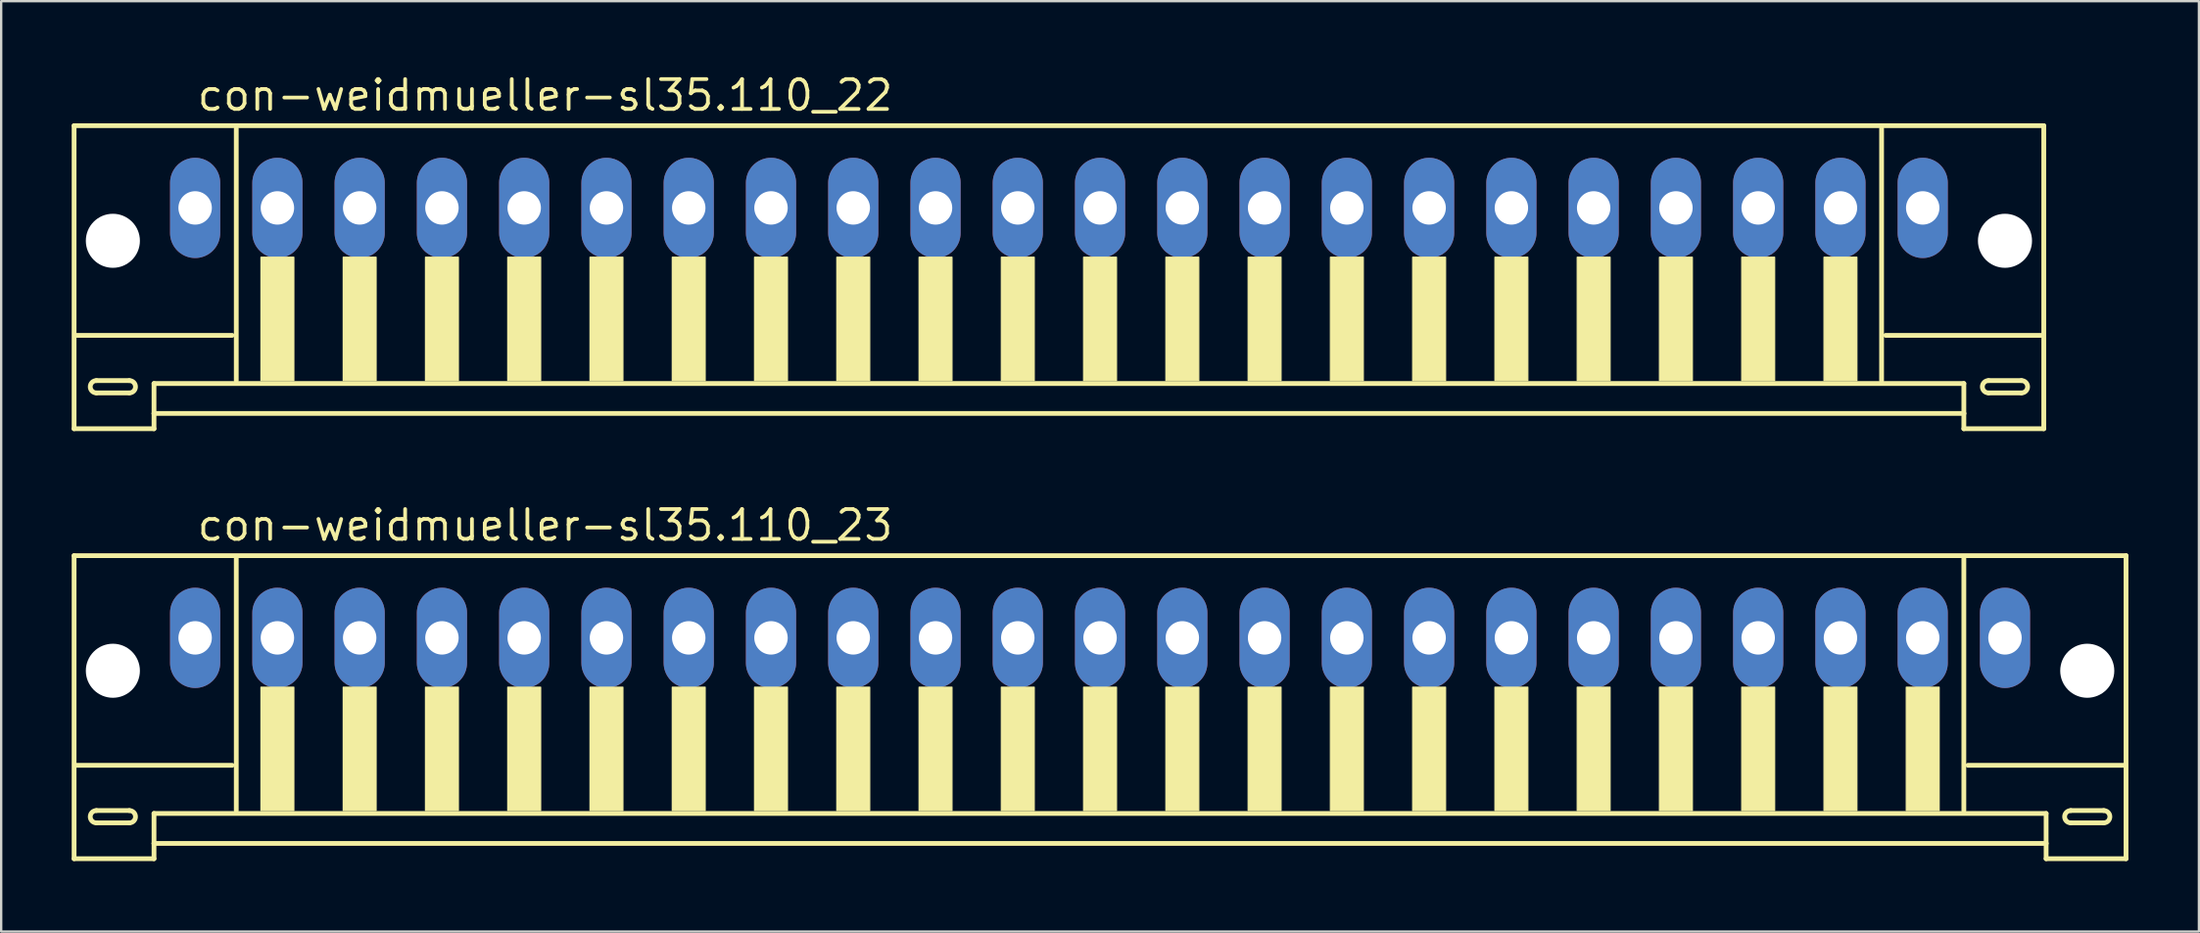
<source format=kicad_pcb>
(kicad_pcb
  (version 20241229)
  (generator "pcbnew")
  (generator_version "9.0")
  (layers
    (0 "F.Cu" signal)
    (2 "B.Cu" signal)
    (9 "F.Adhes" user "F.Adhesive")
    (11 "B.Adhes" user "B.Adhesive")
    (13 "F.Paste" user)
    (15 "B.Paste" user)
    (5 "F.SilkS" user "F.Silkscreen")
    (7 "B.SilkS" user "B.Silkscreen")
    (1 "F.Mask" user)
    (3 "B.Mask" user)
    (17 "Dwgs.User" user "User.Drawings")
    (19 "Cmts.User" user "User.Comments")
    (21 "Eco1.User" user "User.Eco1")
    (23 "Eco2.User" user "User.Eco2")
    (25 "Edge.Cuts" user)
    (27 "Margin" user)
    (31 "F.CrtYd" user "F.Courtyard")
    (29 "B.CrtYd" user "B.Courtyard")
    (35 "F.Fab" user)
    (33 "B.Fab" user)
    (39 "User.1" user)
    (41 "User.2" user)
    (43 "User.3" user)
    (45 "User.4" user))
  (footprint "con-weidmueller-sl35.110_22"
    (layer "F.Cu")
    (at 42.002 7.55)
    (property "Reference" "con-weidmueller-sl35.110_22" (at -36.75 -5.8 0) (layer "F.SilkS") (effects (font (size 1.27 1.27) (thickness 0.16)) (justify left bottom)))
    (attr through_hole)
    (fp_line (start -41.9 -5.25) (end -41.9 7.65) (stroke (width 0.203) (type default)) (layer "F.SilkS"))
    (fp_line (start -41.9 7.65) (end -38.5 7.65) (stroke (width 0.203) (type default)) (layer "F.SilkS"))
    (fp_line (start -40.95 5.6) (end -39.55 5.6) (stroke (width 0.203) (type default)) (layer "F.SilkS"))
    (fp_line (start -39.55 6.125) (end -40.95 6.125) (stroke (width 0.203) (type default)) (layer "F.SilkS"))
    (fp_line (start -38.5 5.725) (end 38.5 5.725) (stroke (width 0.203) (type default)) (layer "F.SilkS"))
    (fp_line (start -38.5 7) (end -38.5 5.725) (stroke (width 0.203) (type default)) (layer "F.SilkS"))
    (fp_line (start -38.5 7) (end 38.5 7) (stroke (width 0.203) (type default)) (layer "F.SilkS"))
    (fp_line (start -38.5 7.65) (end -38.5 7) (stroke (width 0.203) (type default)) (layer "F.SilkS"))
    (fp_line (start -35.175 3.675) (end -41.825 3.675) (stroke (width 0.203) (type default)) (layer "F.SilkS"))
    (fp_line (start -35 -5.125) (end -35 5.6) (stroke (width 0.203) (type default)) (layer "F.SilkS"))
    (fp_line (start 35 5.6) (end 35 -5.125) (stroke (width 0.203) (type default)) (layer "F.SilkS"))
    (fp_line (start 38.5 5.725) (end 38.5 7) (stroke (width 0.203) (type default)) (layer "F.SilkS"))
    (fp_line (start 38.5 7) (end 38.5 7.65) (stroke (width 0.203) (type default)) (layer "F.SilkS"))
    (fp_line (start 38.5 7.65) (end 41.9 7.65) (stroke (width 0.203) (type default)) (layer "F.SilkS"))
    (fp_line (start 39.55 5.6) (end 40.95 5.6) (stroke (width 0.203) (type default)) (layer "F.SilkS"))
    (fp_line (start 40.95 6.125) (end 39.55 6.125) (stroke (width 0.203) (type default)) (layer "F.SilkS"))
    (fp_line (start 41.825 3.675) (end 35.175 3.675) (stroke (width 0.203) (type default)) (layer "F.SilkS"))
    (fp_line (start 41.9 -5.25) (end -41.9 -5.25) (stroke (width 0.203) (type default)) (layer "F.SilkS"))
    (fp_line (start 41.9 7.65) (end 41.9 -5.25) (stroke (width 0.203) (type default)) (layer "F.SilkS"))
    (fp_rect (start -33.95 5.6) (end -32.55 0.35) (stroke (width 0.05) (type default)) (fill yes) (layer "F.SilkS"))
    (fp_rect (start -30.45 5.6) (end -29.05 0.35) (stroke (width 0.05) (type default)) (fill yes) (layer "F.SilkS"))
    (fp_rect (start -26.95 5.6) (end -25.55 0.35) (stroke (width 0.05) (type default)) (fill yes) (layer "F.SilkS"))
    (fp_rect (start -23.45 5.6) (end -22.05 0.35) (stroke (width 0.05) (type default)) (fill yes) (layer "F.SilkS"))
    (fp_rect (start -19.95 5.6) (end -18.55 0.35) (stroke (width 0.05) (type default)) (fill yes) (layer "F.SilkS"))
    (fp_rect (start -16.45 5.6) (end -15.05 0.35) (stroke (width 0.05) (type default)) (fill yes) (layer "F.SilkS"))
    (fp_rect (start -12.95 5.6) (end -11.55 0.35) (stroke (width 0.05) (type default)) (fill yes) (layer "F.SilkS"))
    (fp_rect (start -9.45 5.6) (end -8.05 0.35) (stroke (width 0.05) (type default)) (fill yes) (layer "F.SilkS"))
    (fp_rect (start -5.95 5.6) (end -4.55 0.35) (stroke (width 0.05) (type default)) (fill yes) (layer "F.SilkS"))
    (fp_rect (start -2.45 5.6) (end -1.05 0.35) (stroke (width 0.05) (type default)) (fill yes) (layer "F.SilkS"))
    (fp_rect (start 1.05 5.6) (end 2.45 0.35) (stroke (width 0.05) (type default)) (fill yes) (layer "F.SilkS"))
    (fp_rect (start 4.55 5.6) (end 5.95 0.35) (stroke (width 0.05) (type default)) (fill yes) (layer "F.SilkS"))
    (fp_rect (start 8.05 5.6) (end 9.45 0.35) (stroke (width 0.05) (type default)) (fill yes) (layer "F.SilkS"))
    (fp_rect (start 11.55 5.6) (end 12.95 0.35) (stroke (width 0.05) (type default)) (fill yes) (layer "F.SilkS"))
    (fp_rect (start 15.05 5.6) (end 16.45 0.35) (stroke (width 0.05) (type default)) (fill yes) (layer "F.SilkS"))
    (fp_rect (start 18.55 5.6) (end 19.95 0.35) (stroke (width 0.05) (type default)) (fill yes) (layer "F.SilkS"))
    (fp_rect (start 22.05 5.6) (end 23.45 0.35) (stroke (width 0.05) (type default)) (fill yes) (layer "F.SilkS"))
    (fp_rect (start 25.55 5.6) (end 26.95 0.35) (stroke (width 0.05) (type default)) (fill yes) (layer "F.SilkS"))
    (fp_rect (start 29.05 5.6) (end 30.45 0.35) (stroke (width 0.05) (type default)) (fill yes) (layer "F.SilkS"))
    (fp_rect (start 32.55 5.6) (end 33.95 0.35) (stroke (width 0.05) (type default)) (fill yes) (layer "F.SilkS"))
    (fp_arc (start -40.95 6.125) (mid -41.2125 5.8625) (end -40.95 5.6) (stroke (width 0.2032) (type default)) (layer "F.SilkS"))
    (fp_arc (start -39.55 5.6) (mid -39.2875 5.8625) (end -39.55 6.125) (stroke (width 0.2032) (type default)) (layer "F.SilkS"))
    (fp_arc (start 39.55 6.125) (mid 39.2875 5.8625) (end 39.55 5.6) (stroke (width 0.2032) (type default)) (layer "F.SilkS"))
    (fp_arc (start 40.95 5.6) (mid 41.2125 5.8625) (end 40.95 6.125) (stroke (width 0.2032) (type default)) (layer "F.SilkS"))
    (pad "" np_thru_hole circle (at -40.25 -0.35) (size 2.3 2.3) (drill 2.3) (layers "*.Cu" "*.Mask"))
    (pad "" np_thru_hole circle (at 40.25 -0.35) (size 2.3 2.3) (drill 2.3) (layers "*.Cu" "*.Mask"))
    (pad "1" thru_hole oval (at -36.75 -1.75 90) (size 4.267 2.134) (drill 1.422) (layers "*.Cu" "*.Mask"))
    (pad "2" thru_hole oval (at -33.25 -1.75 90) (size 4.267 2.134) (drill 1.422) (layers "*.Cu" "*.Mask"))
    (pad "3" thru_hole oval (at -29.75 -1.75 90) (size 4.267 2.134) (drill 1.422) (layers "*.Cu" "*.Mask"))
    (pad "4" thru_hole oval (at -26.25 -1.75 90) (size 4.267 2.134) (drill 1.422) (layers "*.Cu" "*.Mask"))
    (pad "5" thru_hole oval (at -22.75 -1.75 90) (size 4.267 2.134) (drill 1.422) (layers "*.Cu" "*.Mask"))
    (pad "6" thru_hole oval (at -19.25 -1.75 90) (size 4.267 2.134) (drill 1.422) (layers "*.Cu" "*.Mask"))
    (pad "7" thru_hole oval (at -15.75 -1.75 90) (size 4.267 2.134) (drill 1.422) (layers "*.Cu" "*.Mask"))
    (pad "8" thru_hole oval (at -12.25 -1.75 90) (size 4.267 2.134) (drill 1.422) (layers "*.Cu" "*.Mask"))
    (pad "9" thru_hole oval (at -8.75 -1.75 90) (size 4.267 2.134) (drill 1.422) (layers "*.Cu" "*.Mask"))
    (pad "10" thru_hole oval (at -5.25 -1.75 90) (size 4.267 2.134) (drill 1.422) (layers "*.Cu" "*.Mask"))
    (pad "11" thru_hole oval (at -1.75 -1.75 90) (size 4.267 2.134) (drill 1.422) (layers "*.Cu" "*.Mask"))
    (pad "12" thru_hole oval (at 1.75 -1.75 90) (size 4.267 2.134) (drill 1.422) (layers "*.Cu" "*.Mask"))
    (pad "13" thru_hole oval (at 5.25 -1.75 90) (size 4.267 2.134) (drill 1.422) (layers "*.Cu" "*.Mask"))
    (pad "14" thru_hole oval (at 8.75 -1.75 90) (size 4.267 2.134) (drill 1.422) (layers "*.Cu" "*.Mask"))
    (pad "15" thru_hole oval (at 12.25 -1.75 90) (size 4.267 2.134) (drill 1.422) (layers "*.Cu" "*.Mask"))
    (pad "16" thru_hole oval (at 15.75 -1.75 90) (size 4.267 2.134) (drill 1.422) (layers "*.Cu" "*.Mask"))
    (pad "17" thru_hole oval (at 19.25 -1.75 90) (size 4.267 2.134) (drill 1.422) (layers "*.Cu" "*.Mask"))
    (pad "18" thru_hole oval (at 22.75 -1.75 90) (size 4.267 2.134) (drill 1.422) (layers "*.Cu" "*.Mask"))
    (pad "19" thru_hole oval (at 26.25 -1.75 90) (size 4.267 2.134) (drill 1.422) (layers "*.Cu" "*.Mask"))
    (pad "20" thru_hole oval (at 29.75 -1.75 90) (size 4.267 2.134) (drill 1.422) (layers "*.Cu" "*.Mask"))
    (pad "21" thru_hole oval (at 33.25 -1.75 90) (size 4.267 2.134) (drill 1.422) (layers "*.Cu" "*.Mask"))
    (pad "22" thru_hole oval (at 36.75 -1.75 90) (size 4.267 2.134) (drill 1.422) (layers "*.Cu" "*.Mask")))
  (footprint "con-weidmueller-sl35.110_23"
    (layer "F.Cu")
    (at 43.752 25.852)
    (property "Reference" "con-weidmueller-sl35.110_23" (at -38.5 -5.8 0) (layer "F.SilkS") (effects (font (size 1.27 1.27) (thickness 0.16)) (justify left bottom)))
    (attr through_hole)
    (fp_line (start -43.65 -5.25) (end -43.65 7.65) (stroke (width 0.203) (type default)) (layer "F.SilkS"))
    (fp_line (start -43.65 7.65) (end -40.25 7.65) (stroke (width 0.203) (type default)) (layer "F.SilkS"))
    (fp_line (start -42.7 5.6) (end -41.3 5.6) (stroke (width 0.203) (type default)) (layer "F.SilkS"))
    (fp_line (start -41.3 6.125) (end -42.7 6.125) (stroke (width 0.203) (type default)) (layer "F.SilkS"))
    (fp_line (start -40.25 5.725) (end 40.25 5.725) (stroke (width 0.203) (type default)) (layer "F.SilkS"))
    (fp_line (start -40.25 7) (end -40.25 5.725) (stroke (width 0.203) (type default)) (layer "F.SilkS"))
    (fp_line (start -40.25 7) (end 40.25 7) (stroke (width 0.203) (type default)) (layer "F.SilkS"))
    (fp_line (start -40.25 7.65) (end -40.25 7) (stroke (width 0.203) (type default)) (layer "F.SilkS"))
    (fp_line (start -36.925 3.675) (end -43.575 3.675) (stroke (width 0.203) (type default)) (layer "F.SilkS"))
    (fp_line (start -36.75 -5.125) (end -36.75 5.6) (stroke (width 0.203) (type default)) (layer "F.SilkS"))
    (fp_line (start 36.75 5.6) (end 36.75 -5.125) (stroke (width 0.203) (type default)) (layer "F.SilkS"))
    (fp_line (start 40.25 5.725) (end 40.25 7) (stroke (width 0.203) (type default)) (layer "F.SilkS"))
    (fp_line (start 40.25 7) (end 40.25 7.65) (stroke (width 0.203) (type default)) (layer "F.SilkS"))
    (fp_line (start 40.25 7.65) (end 43.65 7.65) (stroke (width 0.203) (type default)) (layer "F.SilkS"))
    (fp_line (start 41.3 5.6) (end 42.7 5.6) (stroke (width 0.203) (type default)) (layer "F.SilkS"))
    (fp_line (start 42.7 6.125) (end 41.3 6.125) (stroke (width 0.203) (type default)) (layer "F.SilkS"))
    (fp_line (start 43.575 3.675) (end 36.925 3.675) (stroke (width 0.203) (type default)) (layer "F.SilkS"))
    (fp_line (start 43.65 -5.25) (end -43.65 -5.25) (stroke (width 0.203) (type default)) (layer "F.SilkS"))
    (fp_line (start 43.65 7.65) (end 43.65 -5.25) (stroke (width 0.203) (type default)) (layer "F.SilkS"))
    (fp_rect (start -35.7 5.6) (end -34.3 0.35) (stroke (width 0.05) (type default)) (fill yes) (layer "F.SilkS"))
    (fp_rect (start -32.2 5.6) (end -30.8 0.35) (stroke (width 0.05) (type default)) (fill yes) (layer "F.SilkS"))
    (fp_rect (start -28.7 5.6) (end -27.3 0.35) (stroke (width 0.05) (type default)) (fill yes) (layer "F.SilkS"))
    (fp_rect (start -25.2 5.6) (end -23.8 0.35) (stroke (width 0.05) (type default)) (fill yes) (layer "F.SilkS"))
    (fp_rect (start -21.7 5.6) (end -20.3 0.35) (stroke (width 0.05) (type default)) (fill yes) (layer "F.SilkS"))
    (fp_rect (start -18.2 5.6) (end -16.8 0.35) (stroke (width 0.05) (type default)) (fill yes) (layer "F.SilkS"))
    (fp_rect (start -14.7 5.6) (end -13.3 0.35) (stroke (width 0.05) (type default)) (fill yes) (layer "F.SilkS"))
    (fp_rect (start -11.2 5.6) (end -9.8 0.35) (stroke (width 0.05) (type default)) (fill yes) (layer "F.SilkS"))
    (fp_rect (start -7.7 5.6) (end -6.3 0.35) (stroke (width 0.05) (type default)) (fill yes) (layer "F.SilkS"))
    (fp_rect (start -4.2 5.6) (end -2.8 0.35) (stroke (width 0.05) (type default)) (fill yes) (layer "F.SilkS"))
    (fp_rect (start -0.7 5.6) (end 0.7 0.35) (stroke (width 0.05) (type default)) (fill yes) (layer "F.SilkS"))
    (fp_rect (start 2.8 5.6) (end 4.2 0.35) (stroke (width 0.05) (type default)) (fill yes) (layer "F.SilkS"))
    (fp_rect (start 6.3 5.6) (end 7.7 0.35) (stroke (width 0.05) (type default)) (fill yes) (layer "F.SilkS"))
    (fp_rect (start 9.8 5.6) (end 11.2 0.35) (stroke (width 0.05) (type default)) (fill yes) (layer "F.SilkS"))
    (fp_rect (start 13.3 5.6) (end 14.7 0.35) (stroke (width 0.05) (type default)) (fill yes) (layer "F.SilkS"))
    (fp_rect (start 16.8 5.6) (end 18.2 0.35) (stroke (width 0.05) (type default)) (fill yes) (layer "F.SilkS"))
    (fp_rect (start 20.3 5.6) (end 21.7 0.35) (stroke (width 0.05) (type default)) (fill yes) (layer "F.SilkS"))
    (fp_rect (start 23.8 5.6) (end 25.2 0.35) (stroke (width 0.05) (type default)) (fill yes) (layer "F.SilkS"))
    (fp_rect (start 27.3 5.6) (end 28.7 0.35) (stroke (width 0.05) (type default)) (fill yes) (layer "F.SilkS"))
    (fp_rect (start 30.8 5.6) (end 32.2 0.35) (stroke (width 0.05) (type default)) (fill yes) (layer "F.SilkS"))
    (fp_rect (start 34.3 5.6) (end 35.7 0.35) (stroke (width 0.05) (type default)) (fill yes) (layer "F.SilkS"))
    (fp_arc (start -42.7 6.125) (mid -42.9625 5.8625) (end -42.7 5.6) (stroke (width 0.2032) (type default)) (layer "F.SilkS"))
    (fp_arc (start -41.3 5.6) (mid -41.0375 5.8625) (end -41.3 6.125) (stroke (width 0.2032) (type default)) (layer "F.SilkS"))
    (fp_arc (start 41.3 6.125) (mid 41.0375 5.8625) (end 41.3 5.6) (stroke (width 0.2032) (type default)) (layer "F.SilkS"))
    (fp_arc (start 42.7 5.6) (mid 42.9625 5.8625) (end 42.7 6.125) (stroke (width 0.2032) (type default)) (layer "F.SilkS"))
    (pad "" np_thru_hole circle (at -42 -0.35) (size 2.3 2.3) (drill 2.3) (layers "*.Cu" "*.Mask"))
    (pad "" np_thru_hole circle (at 42 -0.35) (size 2.3 2.3) (drill 2.3) (layers "*.Cu" "*.Mask"))
    (pad "1" thru_hole oval (at -38.5 -1.75 90) (size 4.267 2.134) (drill 1.422) (layers "*.Cu" "*.Mask"))
    (pad "2" thru_hole oval (at -35 -1.75 90) (size 4.267 2.134) (drill 1.422) (layers "*.Cu" "*.Mask"))
    (pad "3" thru_hole oval (at -31.5 -1.75 90) (size 4.267 2.134) (drill 1.422) (layers "*.Cu" "*.Mask"))
    (pad "4" thru_hole oval (at -28 -1.75 90) (size 4.267 2.134) (drill 1.422) (layers "*.Cu" "*.Mask"))
    (pad "5" thru_hole oval (at -24.5 -1.75 90) (size 4.267 2.134) (drill 1.422) (layers "*.Cu" "*.Mask"))
    (pad "6" thru_hole oval (at -21 -1.75 90) (size 4.267 2.134) (drill 1.422) (layers "*.Cu" "*.Mask"))
    (pad "7" thru_hole oval (at -17.5 -1.75 90) (size 4.267 2.134) (drill 1.422) (layers "*.Cu" "*.Mask"))
    (pad "8" thru_hole oval (at -14 -1.75 90) (size 4.267 2.134) (drill 1.422) (layers "*.Cu" "*.Mask"))
    (pad "9" thru_hole oval (at -10.5 -1.75 90) (size 4.267 2.134) (drill 1.422) (layers "*.Cu" "*.Mask"))
    (pad "10" thru_hole oval (at -7 -1.75 90) (size 4.267 2.134) (drill 1.422) (layers "*.Cu" "*.Mask"))
    (pad "11" thru_hole oval (at -3.5 -1.75 90) (size 4.267 2.134) (drill 1.422) (layers "*.Cu" "*.Mask"))
    (pad "12" thru_hole oval (at 0 -1.75 90) (size 4.267 2.134) (drill 1.422) (layers "*.Cu" "*.Mask"))
    (pad "13" thru_hole oval (at 3.5 -1.75 90) (size 4.267 2.134) (drill 1.422) (layers "*.Cu" "*.Mask"))
    (pad "14" thru_hole oval (at 7 -1.75 90) (size 4.267 2.134) (drill 1.422) (layers "*.Cu" "*.Mask"))
    (pad "15" thru_hole oval (at 10.5 -1.75 90) (size 4.267 2.134) (drill 1.422) (layers "*.Cu" "*.Mask"))
    (pad "16" thru_hole oval (at 14 -1.75 90) (size 4.267 2.134) (drill 1.422) (layers "*.Cu" "*.Mask"))
    (pad "17" thru_hole oval (at 17.5 -1.75 90) (size 4.267 2.134) (drill 1.422) (layers "*.Cu" "*.Mask"))
    (pad "18" thru_hole oval (at 21 -1.75 90) (size 4.267 2.134) (drill 1.422) (layers "*.Cu" "*.Mask"))
    (pad "19" thru_hole oval (at 24.5 -1.75 90) (size 4.267 2.134) (drill 1.422) (layers "*.Cu" "*.Mask"))
    (pad "20" thru_hole oval (at 28 -1.75 90) (size 4.267 2.134) (drill 1.422) (layers "*.Cu" "*.Mask"))
    (pad "21" thru_hole oval (at 31.5 -1.75 90) (size 4.267 2.134) (drill 1.422) (layers "*.Cu" "*.Mask"))
    (pad "22" thru_hole oval (at 35 -1.75 90) (size 4.267 2.134) (drill 1.422) (layers "*.Cu" "*.Mask"))
    (pad "23" thru_hole oval (at 38.5 -1.75 90) (size 4.267 2.134) (drill 1.422) (layers "*.Cu" "*.Mask")))
  (gr_rect
    (start -3 -3)
    (end 90.503 36.603)
    (stroke (width 0.1) (type default))
    (fill no)
    (layer "Edge.Cuts")))
</source>
